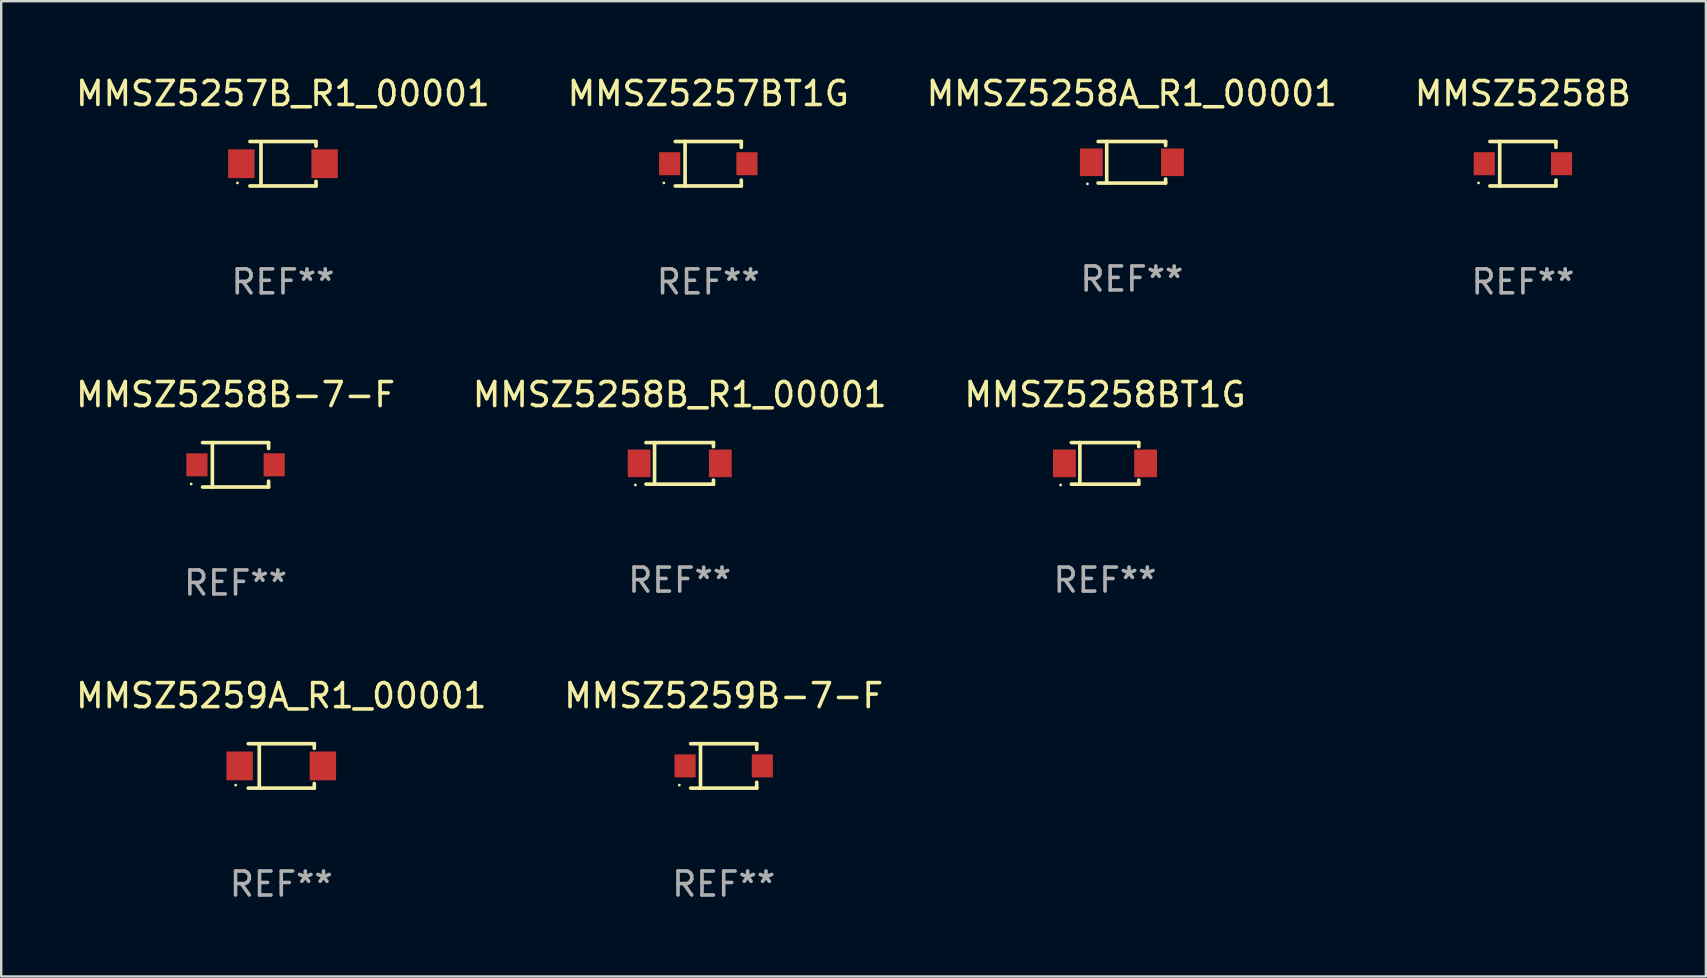
<source format=kicad_pcb>
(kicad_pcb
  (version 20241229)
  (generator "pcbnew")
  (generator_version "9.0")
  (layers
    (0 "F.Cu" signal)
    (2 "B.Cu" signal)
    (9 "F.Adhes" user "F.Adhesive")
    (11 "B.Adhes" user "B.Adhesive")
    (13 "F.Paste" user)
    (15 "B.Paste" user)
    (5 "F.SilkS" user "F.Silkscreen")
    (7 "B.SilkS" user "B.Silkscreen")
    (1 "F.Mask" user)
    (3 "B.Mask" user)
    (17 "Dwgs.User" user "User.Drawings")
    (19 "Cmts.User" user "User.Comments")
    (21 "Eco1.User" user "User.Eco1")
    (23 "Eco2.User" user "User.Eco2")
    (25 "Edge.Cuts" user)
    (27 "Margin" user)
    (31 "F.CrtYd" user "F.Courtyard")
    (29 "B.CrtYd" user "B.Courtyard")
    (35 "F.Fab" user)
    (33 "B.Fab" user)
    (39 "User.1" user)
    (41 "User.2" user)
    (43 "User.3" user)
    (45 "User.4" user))
  (footprint "MMSZ5258B_R1_00001"
    (layer "F.Cu")
    (at 25.28 16.263)
    (property "Reference" "MMSZ5258B_R1_00001" (at 0 -2.866 0) (layer "F.SilkS") (effects (font (size 1 1) (thickness 0.15))))
    (attr through_hole)
    (fp_line (start -1.406 -0.866) (end 1.406 -0.866) (stroke (width 0.152) (type solid)) (layer "F.SilkS"))
    (fp_line (start -1.406 0.866) (end 1.406 0.866) (stroke (width 0.152) (type solid)) (layer "F.SilkS"))
    (fp_line (start -1.049 -0.866) (end -1.049 0.866) (stroke (width 0.152) (type solid)) (layer "F.SilkS"))
    (fp_line (start 1.406 -0.866) (end 1.406 -0.698) (stroke (width 0.152) (type solid)) (layer "F.SilkS"))
    (fp_line (start 1.406 0.866) (end 1.406 0.698) (stroke (width 0.152) (type solid)) (layer "F.SilkS"))
    (fp_circle (center -1.851 0.9) (end -1.821 0.9) (stroke (width 0.06) (type solid)) (fill no) (layer "F.SilkS"))
    (fp_text user "REF**" (at 0 4.866 0) (layer "F.Fab") (effects (font (size 1 1) (thickness 0.15))))
    (pad "1" smd rect (at -1.692 0) (size 0.95 1.15) (layers "F.Cu" "F.Mask" "F.Paste"))
    (pad "2" smd rect (at 1.692 0) (size 0.95 1.15) (layers "F.Cu" "F.Mask" "F.Paste")))
  (footprint "MMSZ5259B-7-F"
    (layer "F.Cu")
    (at 27.113 28.872)
    (property "Reference" "MMSZ5259B-7-F" (at 0 -2.926 0) (layer "F.SilkS") (effects (font (size 1 1) (thickness 0.15))))
    (attr through_hole)
    (fp_line (start -1.376 -0.926) (end 1.376 -0.926) (stroke (width 0.152) (type solid)) (layer "F.SilkS"))
    (fp_line (start -1.376 0.926) (end 1.376 0.926) (stroke (width 0.152) (type solid)) (layer "F.SilkS"))
    (fp_line (start -0.967 -0.926) (end -0.967 0.926) (stroke (width 0.152) (type solid)) (layer "F.SilkS"))
    (fp_line (start 1.376 -0.926) (end 1.376 -0.683) (stroke (width 0.152) (type solid)) (layer "F.SilkS"))
    (fp_line (start 1.376 0.926) (end 1.376 0.683) (stroke (width 0.152) (type solid)) (layer "F.SilkS"))
    (fp_circle (center -1.85 0.8) (end -1.82 0.8) (stroke (width 0.06) (type solid)) (fill no) (layer "F.SilkS"))
    (fp_text user "REF**" (at 0 4.926 0) (layer "F.Fab") (effects (font (size 1 1) (thickness 0.15))))
    (pad "1" smd rect (at -1.61 0) (size 0.88 0.96) (layers "F.Cu" "F.Mask" "F.Paste"))
    (pad "2" smd rect (at 1.61 0) (size 0.88 0.96) (layers "F.Cu" "F.Mask" "F.Paste")))
  (footprint "MMSZ5258BT1G"
    (layer "F.Cu")
    (at 43.006 16.263)
    (property "Reference" "MMSZ5258BT1G" (at 0 -2.866 0) (layer "F.SilkS") (effects (font (size 1 1) (thickness 0.15))))
    (attr through_hole)
    (fp_line (start -1.406 -0.866) (end 1.406 -0.866) (stroke (width 0.152) (type solid)) (layer "F.SilkS"))
    (fp_line (start -1.406 0.866) (end 1.406 0.866) (stroke (width 0.152) (type solid)) (layer "F.SilkS"))
    (fp_line (start -1.049 -0.866) (end -1.049 0.866) (stroke (width 0.152) (type solid)) (layer "F.SilkS"))
    (fp_line (start 1.406 -0.866) (end 1.406 -0.698) (stroke (width 0.152) (type solid)) (layer "F.SilkS"))
    (fp_line (start 1.406 0.866) (end 1.406 0.698) (stroke (width 0.152) (type solid)) (layer "F.SilkS"))
    (fp_circle (center -1.851 0.9) (end -1.821 0.9) (stroke (width 0.06) (type solid)) (fill no) (layer "F.SilkS"))
    (fp_text user "REF**" (at 0 4.866 0) (layer "F.Fab") (effects (font (size 1 1) (thickness 0.15))))
    (pad "1" smd rect (at -1.692 0) (size 0.95 1.15) (layers "F.Cu" "F.Mask" "F.Paste"))
    (pad "2" smd rect (at 1.692 0) (size 0.95 1.15) (layers "F.Cu" "F.Mask" "F.Paste")))
  (footprint "MMSZ5257BT1G"
    (layer "F.Cu")
    (at 26.47 3.774)
    (property "Reference" "MMSZ5257BT1G" (at 0 -2.926 0) (layer "F.SilkS") (effects (font (size 1 1) (thickness 0.15))))
    (attr through_hole)
    (fp_line (start -1.376 -0.926) (end 1.376 -0.926) (stroke (width 0.152) (type solid)) (layer "F.SilkS"))
    (fp_line (start -1.376 0.926) (end 1.376 0.926) (stroke (width 0.152) (type solid)) (layer "F.SilkS"))
    (fp_line (start -0.967 -0.926) (end -0.967 0.926) (stroke (width 0.152) (type solid)) (layer "F.SilkS"))
    (fp_line (start 1.376 -0.926) (end 1.376 -0.683) (stroke (width 0.152) (type solid)) (layer "F.SilkS"))
    (fp_line (start 1.376 0.926) (end 1.376 0.683) (stroke (width 0.152) (type solid)) (layer "F.SilkS"))
    (fp_circle (center -1.851 0.8) (end -1.821 0.8) (stroke (width 0.06) (type solid)) (fill no) (layer "F.SilkS"))
    (fp_text user "REF**" (at 0 4.926 0) (layer "F.Fab") (effects (font (size 1 1) (thickness 0.15))))
    (pad "1" smd rect (at -1.61 0.000102) (size 0.88 0.96) (layers "F.Cu" "F.Mask" "F.Paste"))
    (pad "2" smd rect (at 1.61 0.000102) (size 0.88 0.96) (layers "F.Cu" "F.Mask" "F.Paste")))
  (footprint "MMSZ5258B-7-F"
    (layer "F.Cu")
    (at 6.768 16.323)
    (property "Reference" "MMSZ5258B-7-F" (at 0 -2.926 0) (layer "F.SilkS") (effects (font (size 1 1) (thickness 0.15))))
    (attr through_hole)
    (fp_line (start -1.376 -0.926) (end 1.376 -0.926) (stroke (width 0.152) (type solid)) (layer "F.SilkS"))
    (fp_line (start -1.376 0.926) (end 1.376 0.926) (stroke (width 0.152) (type solid)) (layer "F.SilkS"))
    (fp_line (start -0.967 -0.926) (end -0.967 0.926) (stroke (width 0.152) (type solid)) (layer "F.SilkS"))
    (fp_line (start 1.376 -0.926) (end 1.376 -0.683) (stroke (width 0.152) (type solid)) (layer "F.SilkS"))
    (fp_line (start 1.376 0.926) (end 1.376 0.683) (stroke (width 0.152) (type solid)) (layer "F.SilkS"))
    (fp_circle (center -1.85 0.8) (end -1.82 0.8) (stroke (width 0.06) (type solid)) (fill no) (layer "F.SilkS"))
    (fp_text user "REF**" (at 0 4.926 0) (layer "F.Fab") (effects (font (size 1 1) (thickness 0.15))))
    (pad "1" smd rect (at -1.61 0) (size 0.88 0.96) (layers "F.Cu" "F.Mask" "F.Paste"))
    (pad "2" smd rect (at 1.61 0) (size 0.88 0.96) (layers "F.Cu" "F.Mask" "F.Paste")))
  (footprint "MMSZ5257B_R1_00001"
    (layer "F.Cu")
    (at 8.744 3.774)
    (property "Reference" "MMSZ5257B_R1_00001" (at 0 -2.926 0) (layer "F.SilkS") (effects (font (size 1 1) (thickness 0.15))))
    (attr through_hole)
    (fp_line (start -1.376 -0.926) (end 1.376 -0.926) (stroke (width 0.152) (type solid)) (layer "F.SilkS"))
    (fp_line (start -1.376 0.926) (end 1.376 0.926) (stroke (width 0.152) (type solid)) (layer "F.SilkS"))
    (fp_line (start -0.917 -0.876) (end -0.917 0.876) (stroke (width 0.152) (type solid)) (layer "F.SilkS"))
    (fp_line (start 1.376 -0.926) (end 1.376 -0.733) (stroke (width 0.152) (type solid)) (layer "F.SilkS"))
    (fp_line (start 1.376 0.926) (end 1.376 0.733) (stroke (width 0.152) (type solid)) (layer "F.SilkS"))
    (fp_circle (center -1.9 0.8) (end -1.87 0.8) (stroke (width 0.06) (type solid)) (fill no) (layer "F.SilkS"))
    (fp_text user "REF**" (at 0 4.926 0) (layer "F.Fab") (effects (font (size 1 1) (thickness 0.15))))
    (pad "1" smd rect (at -1.735 -0.000025) (size 1.1 1.2) (layers "F.Cu" "F.Mask" "F.Paste"))
    (pad "2" smd rect (at 1.735 -0.000025) (size 1.1 1.2) (layers "F.Cu" "F.Mask" "F.Paste")))
  (footprint "MMSZ5258A_R1_00001"
    (layer "F.Cu")
    (at 44.125 3.714)
    (property "Reference" "MMSZ5258A_R1_00001" (at 0 -2.866 0) (layer "F.SilkS") (effects (font (size 1 1) (thickness 0.15))))
    (attr through_hole)
    (fp_line (start -1.406 -0.866) (end 1.406 -0.866) (stroke (width 0.152) (type solid)) (layer "F.SilkS"))
    (fp_line (start -1.406 0.866) (end 1.406 0.866) (stroke (width 0.152) (type solid)) (layer "F.SilkS"))
    (fp_line (start -1.049 -0.866) (end -1.049 0.866) (stroke (width 0.152) (type solid)) (layer "F.SilkS"))
    (fp_line (start 1.406 -0.866) (end 1.406 -0.698) (stroke (width 0.152) (type solid)) (layer "F.SilkS"))
    (fp_line (start 1.406 0.866) (end 1.406 0.698) (stroke (width 0.152) (type solid)) (layer "F.SilkS"))
    (fp_circle (center -1.851 0.9) (end -1.821 0.9) (stroke (width 0.06) (type solid)) (fill no) (layer "F.SilkS"))
    (fp_text user "REF**" (at 0 4.866 0) (layer "F.Fab") (effects (font (size 1 1) (thickness 0.15))))
    (pad "1" smd rect (at -1.692 0) (size 0.95 1.15) (layers "F.Cu" "F.Mask" "F.Paste"))
    (pad "2" smd rect (at 1.692 0) (size 0.95 1.15) (layers "F.Cu" "F.Mask" "F.Paste")))
  (footprint "MMSZ5258B"
    (layer "F.Cu")
    (at 60.423 3.774)
    (property "Reference" "MMSZ5258B" (at 0 -2.926 0) (layer "F.SilkS") (effects (font (size 1 1) (thickness 0.15))))
    (attr through_hole)
    (fp_line (start -1.376 -0.926) (end 1.376 -0.926) (stroke (width 0.152) (type solid)) (layer "F.SilkS"))
    (fp_line (start -1.376 0.926) (end 1.376 0.926) (stroke (width 0.152) (type solid)) (layer "F.SilkS"))
    (fp_line (start -0.967 -0.926) (end -0.967 0.926) (stroke (width 0.152) (type solid)) (layer "F.SilkS"))
    (fp_line (start 1.376 -0.926) (end 1.376 -0.683) (stroke (width 0.152) (type solid)) (layer "F.SilkS"))
    (fp_line (start 1.376 0.926) (end 1.376 0.683) (stroke (width 0.152) (type solid)) (layer "F.SilkS"))
    (fp_circle (center -1.85 0.8) (end -1.82 0.8) (stroke (width 0.06) (type solid)) (fill no) (layer "F.SilkS"))
    (fp_text user "REF**" (at 0 4.926 0) (layer "F.Fab") (effects (font (size 1 1) (thickness 0.15))))
    (pad "1" smd rect (at -1.61 0) (size 0.88 0.96) (layers "F.Cu" "F.Mask" "F.Paste"))
    (pad "2" smd rect (at 1.61 0) (size 0.88 0.96) (layers "F.Cu" "F.Mask" "F.Paste")))
  (footprint "MMSZ5259A_R1_00001"
    (layer "F.Cu")
    (at 8.673 28.872)
    (property "Reference" "MMSZ5259A_R1_00001" (at 0 -2.926 0) (layer "F.SilkS") (effects (font (size 1 1) (thickness 0.15))))
    (attr through_hole)
    (fp_line (start -1.376 -0.926) (end 1.376 -0.926) (stroke (width 0.152) (type solid)) (layer "F.SilkS"))
    (fp_line (start -1.376 0.926) (end 1.376 0.926) (stroke (width 0.152) (type solid)) (layer "F.SilkS"))
    (fp_line (start -0.917 -0.876) (end -0.917 0.876) (stroke (width 0.152) (type solid)) (layer "F.SilkS"))
    (fp_line (start 1.376 -0.926) (end 1.376 -0.733) (stroke (width 0.152) (type solid)) (layer "F.SilkS"))
    (fp_line (start 1.376 0.926) (end 1.376 0.733) (stroke (width 0.152) (type solid)) (layer "F.SilkS"))
    (fp_circle (center -1.9 0.8) (end -1.87 0.8) (stroke (width 0.06) (type solid)) (fill no) (layer "F.SilkS"))
    (fp_text user "REF**" (at 0 4.926 0) (layer "F.Fab") (effects (font (size 1 1) (thickness 0.15))))
    (pad "1" smd rect (at -1.735 -0.000025) (size 1.1 1.2) (layers "F.Cu" "F.Mask" "F.Paste"))
    (pad "2" smd rect (at 1.735 -0.000025) (size 1.1 1.2) (layers "F.Cu" "F.Mask" "F.Paste")))
  (gr_rect
    (start -3 -3)
    (end 68.048 37.647)
    (stroke (width 0.1) (type default))
    (fill no)
    (layer "Edge.Cuts")))
</source>
